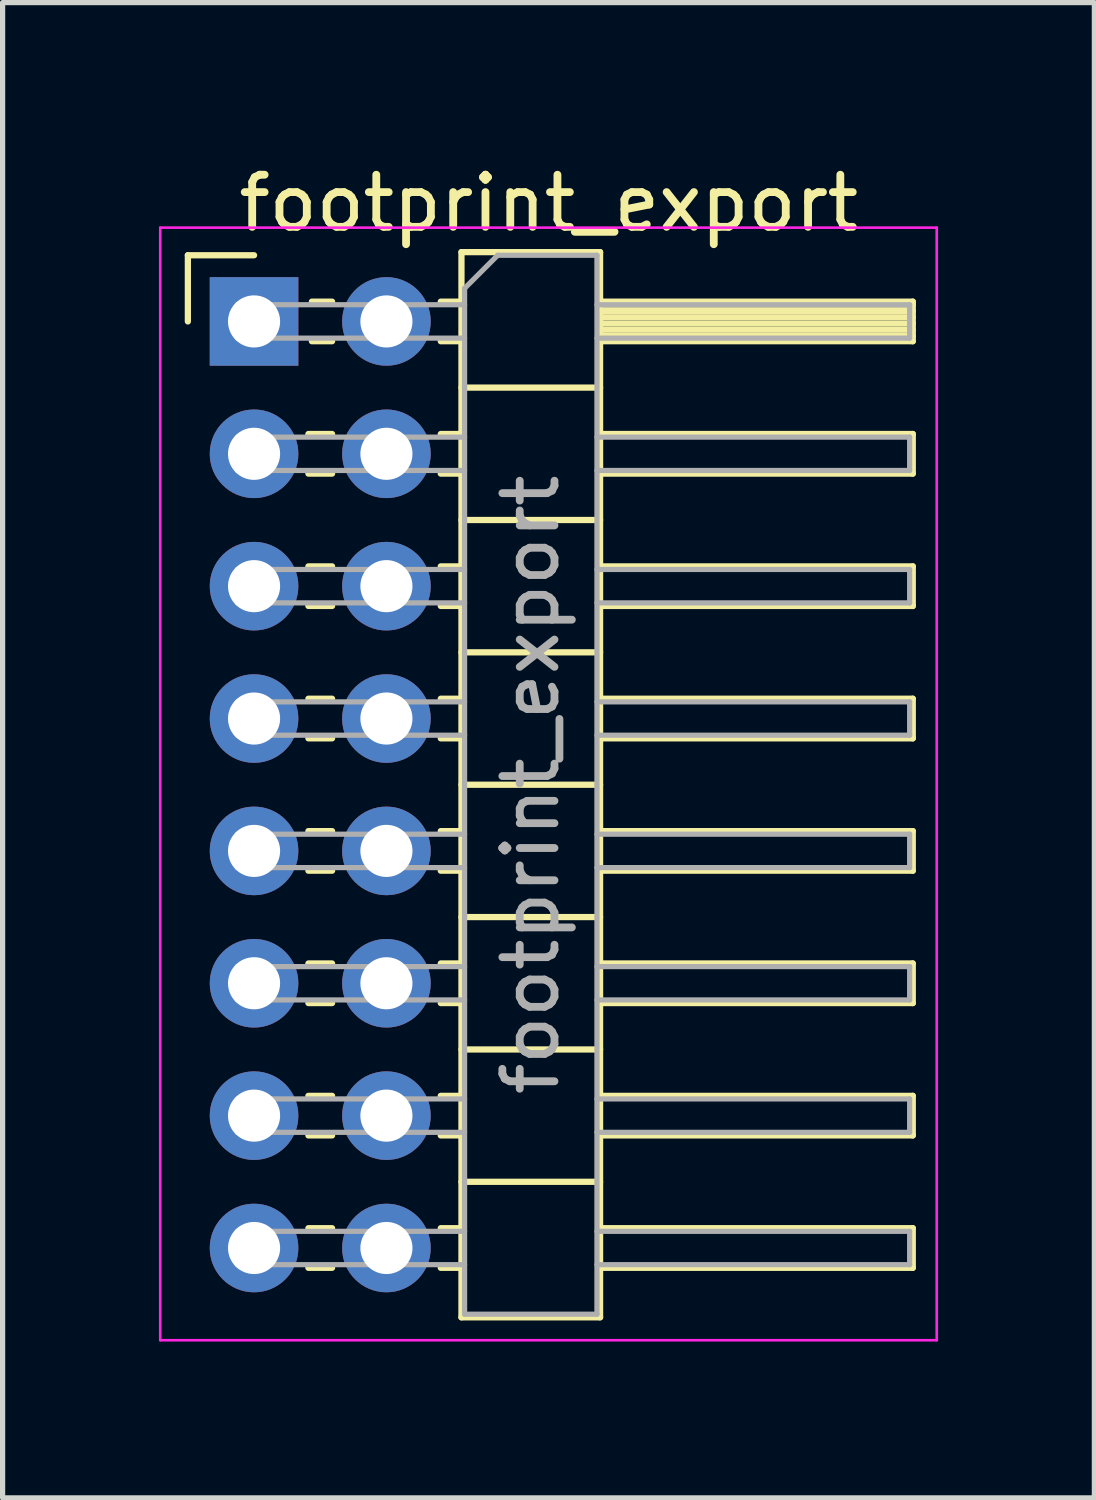
<source format=kicad_pcb>
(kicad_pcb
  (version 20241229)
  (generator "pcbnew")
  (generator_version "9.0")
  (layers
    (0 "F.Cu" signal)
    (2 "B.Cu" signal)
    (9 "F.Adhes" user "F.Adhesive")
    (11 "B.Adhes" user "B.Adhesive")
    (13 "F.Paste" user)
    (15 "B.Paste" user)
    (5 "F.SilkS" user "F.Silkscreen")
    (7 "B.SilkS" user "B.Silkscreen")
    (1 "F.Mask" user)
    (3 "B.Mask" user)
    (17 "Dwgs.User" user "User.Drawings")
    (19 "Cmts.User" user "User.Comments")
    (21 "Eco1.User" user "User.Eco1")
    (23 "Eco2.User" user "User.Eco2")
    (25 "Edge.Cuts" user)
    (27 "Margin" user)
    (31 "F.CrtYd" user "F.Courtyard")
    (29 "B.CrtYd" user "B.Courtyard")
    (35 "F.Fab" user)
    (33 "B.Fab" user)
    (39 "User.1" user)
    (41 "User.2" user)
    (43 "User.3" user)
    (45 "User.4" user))
  (footprint "footprint_export"
    (layer "F.Cu")
    (at 1.825 3.118)
    (property "Reference" "footprint_export" (at 5.655 -2.27 0) (layer "F.SilkS") (effects (font (size 1 1) (thickness 0.15))))
    (attr through_hole)
    (fp_line (start -1.27 -1.27) (end 0 -1.27) (stroke (width 0.12) (type solid)) (layer "F.SilkS"))
    (fp_line (start -1.27 0) (end -1.27 -1.27) (stroke (width 0.12) (type solid)) (layer "F.SilkS"))
    (fp_line (start 1.043 2.16) (end 1.497 2.16) (stroke (width 0.12) (type solid)) (layer "F.SilkS"))
    (fp_line (start 1.043 2.92) (end 1.497 2.92) (stroke (width 0.12) (type solid)) (layer "F.SilkS"))
    (fp_line (start 1.043 4.7) (end 1.497 4.7) (stroke (width 0.12) (type solid)) (layer "F.SilkS"))
    (fp_line (start 1.043 5.46) (end 1.497 5.46) (stroke (width 0.12) (type solid)) (layer "F.SilkS"))
    (fp_line (start 1.043 7.24) (end 1.497 7.24) (stroke (width 0.12) (type solid)) (layer "F.SilkS"))
    (fp_line (start 1.043 8) (end 1.497 8) (stroke (width 0.12) (type solid)) (layer "F.SilkS"))
    (fp_line (start 1.043 9.78) (end 1.497 9.78) (stroke (width 0.12) (type solid)) (layer "F.SilkS"))
    (fp_line (start 1.043 10.54) (end 1.497 10.54) (stroke (width 0.12) (type solid)) (layer "F.SilkS"))
    (fp_line (start 1.043 12.32) (end 1.497 12.32) (stroke (width 0.12) (type solid)) (layer "F.SilkS"))
    (fp_line (start 1.043 13.08) (end 1.497 13.08) (stroke (width 0.12) (type solid)) (layer "F.SilkS"))
    (fp_line (start 1.043 14.86) (end 1.497 14.86) (stroke (width 0.12) (type solid)) (layer "F.SilkS"))
    (fp_line (start 1.043 15.62) (end 1.497 15.62) (stroke (width 0.12) (type solid)) (layer "F.SilkS"))
    (fp_line (start 1.043 17.4) (end 1.497 17.4) (stroke (width 0.12) (type solid)) (layer "F.SilkS"))
    (fp_line (start 1.043 18.16) (end 1.497 18.16) (stroke (width 0.12) (type solid)) (layer "F.SilkS"))
    (fp_line (start 1.11 -0.38) (end 1.497 -0.38) (stroke (width 0.12) (type solid)) (layer "F.SilkS"))
    (fp_line (start 1.11 0.38) (end 1.497 0.38) (stroke (width 0.12) (type solid)) (layer "F.SilkS"))
    (fp_line (start 3.583 -0.38) (end 3.98 -0.38) (stroke (width 0.12) (type solid)) (layer "F.SilkS"))
    (fp_line (start 3.583 0.38) (end 3.98 0.38) (stroke (width 0.12) (type solid)) (layer "F.SilkS"))
    (fp_line (start 3.583 2.16) (end 3.98 2.16) (stroke (width 0.12) (type solid)) (layer "F.SilkS"))
    (fp_line (start 3.583 2.92) (end 3.98 2.92) (stroke (width 0.12) (type solid)) (layer "F.SilkS"))
    (fp_line (start 3.583 4.7) (end 3.98 4.7) (stroke (width 0.12) (type solid)) (layer "F.SilkS"))
    (fp_line (start 3.583 5.46) (end 3.98 5.46) (stroke (width 0.12) (type solid)) (layer "F.SilkS"))
    (fp_line (start 3.583 7.24) (end 3.98 7.24) (stroke (width 0.12) (type solid)) (layer "F.SilkS"))
    (fp_line (start 3.583 8) (end 3.98 8) (stroke (width 0.12) (type solid)) (layer "F.SilkS"))
    (fp_line (start 3.583 9.78) (end 3.98 9.78) (stroke (width 0.12) (type solid)) (layer "F.SilkS"))
    (fp_line (start 3.583 10.54) (end 3.98 10.54) (stroke (width 0.12) (type solid)) (layer "F.SilkS"))
    (fp_line (start 3.583 12.32) (end 3.98 12.32) (stroke (width 0.12) (type solid)) (layer "F.SilkS"))
    (fp_line (start 3.583 13.08) (end 3.98 13.08) (stroke (width 0.12) (type solid)) (layer "F.SilkS"))
    (fp_line (start 3.583 14.86) (end 3.98 14.86) (stroke (width 0.12) (type solid)) (layer "F.SilkS"))
    (fp_line (start 3.583 15.62) (end 3.98 15.62) (stroke (width 0.12) (type solid)) (layer "F.SilkS"))
    (fp_line (start 3.583 17.4) (end 3.98 17.4) (stroke (width 0.12) (type solid)) (layer "F.SilkS"))
    (fp_line (start 3.583 18.16) (end 3.98 18.16) (stroke (width 0.12) (type solid)) (layer "F.SilkS"))
    (fp_line (start 3.98 -1.33) (end 3.98 19.11) (stroke (width 0.12) (type solid)) (layer "F.SilkS"))
    (fp_line (start 3.98 1.27) (end 6.64 1.27) (stroke (width 0.12) (type solid)) (layer "F.SilkS"))
    (fp_line (start 3.98 3.81) (end 6.64 3.81) (stroke (width 0.12) (type solid)) (layer "F.SilkS"))
    (fp_line (start 3.98 6.35) (end 6.64 6.35) (stroke (width 0.12) (type solid)) (layer "F.SilkS"))
    (fp_line (start 3.98 8.89) (end 6.64 8.89) (stroke (width 0.12) (type solid)) (layer "F.SilkS"))
    (fp_line (start 3.98 11.43) (end 6.64 11.43) (stroke (width 0.12) (type solid)) (layer "F.SilkS"))
    (fp_line (start 3.98 13.97) (end 6.64 13.97) (stroke (width 0.12) (type solid)) (layer "F.SilkS"))
    (fp_line (start 3.98 16.51) (end 6.64 16.51) (stroke (width 0.12) (type solid)) (layer "F.SilkS"))
    (fp_line (start 3.98 19.11) (end 6.64 19.11) (stroke (width 0.12) (type solid)) (layer "F.SilkS"))
    (fp_line (start 6.64 -1.33) (end 3.98 -1.33) (stroke (width 0.12) (type solid)) (layer "F.SilkS"))
    (fp_line (start 6.64 -0.38) (end 12.64 -0.38) (stroke (width 0.12) (type solid)) (layer "F.SilkS"))
    (fp_line (start 6.64 -0.32) (end 12.64 -0.32) (stroke (width 0.12) (type solid)) (layer "F.SilkS"))
    (fp_line (start 6.64 -0.2) (end 12.64 -0.2) (stroke (width 0.12) (type solid)) (layer "F.SilkS"))
    (fp_line (start 6.64 -0.08) (end 12.64 -0.08) (stroke (width 0.12) (type solid)) (layer "F.SilkS"))
    (fp_line (start 6.64 0.04) (end 12.64 0.04) (stroke (width 0.12) (type solid)) (layer "F.SilkS"))
    (fp_line (start 6.64 0.16) (end 12.64 0.16) (stroke (width 0.12) (type solid)) (layer "F.SilkS"))
    (fp_line (start 6.64 0.28) (end 12.64 0.28) (stroke (width 0.12) (type solid)) (layer "F.SilkS"))
    (fp_line (start 6.64 2.16) (end 12.64 2.16) (stroke (width 0.12) (type solid)) (layer "F.SilkS"))
    (fp_line (start 6.64 4.7) (end 12.64 4.7) (stroke (width 0.12) (type solid)) (layer "F.SilkS"))
    (fp_line (start 6.64 7.24) (end 12.64 7.24) (stroke (width 0.12) (type solid)) (layer "F.SilkS"))
    (fp_line (start 6.64 9.78) (end 12.64 9.78) (stroke (width 0.12) (type solid)) (layer "F.SilkS"))
    (fp_line (start 6.64 12.32) (end 12.64 12.32) (stroke (width 0.12) (type solid)) (layer "F.SilkS"))
    (fp_line (start 6.64 14.86) (end 12.64 14.86) (stroke (width 0.12) (type solid)) (layer "F.SilkS"))
    (fp_line (start 6.64 17.4) (end 12.64 17.4) (stroke (width 0.12) (type solid)) (layer "F.SilkS"))
    (fp_line (start 6.64 19.11) (end 6.64 -1.33) (stroke (width 0.12) (type solid)) (layer "F.SilkS"))
    (fp_line (start 12.64 -0.38) (end 12.64 0.38) (stroke (width 0.12) (type solid)) (layer "F.SilkS"))
    (fp_line (start 12.64 0.38) (end 6.64 0.38) (stroke (width 0.12) (type solid)) (layer "F.SilkS"))
    (fp_line (start 12.64 2.16) (end 12.64 2.92) (stroke (width 0.12) (type solid)) (layer "F.SilkS"))
    (fp_line (start 12.64 2.92) (end 6.64 2.92) (stroke (width 0.12) (type solid)) (layer "F.SilkS"))
    (fp_line (start 12.64 4.7) (end 12.64 5.46) (stroke (width 0.12) (type solid)) (layer "F.SilkS"))
    (fp_line (start 12.64 5.46) (end 6.64 5.46) (stroke (width 0.12) (type solid)) (layer "F.SilkS"))
    (fp_line (start 12.64 7.24) (end 12.64 8) (stroke (width 0.12) (type solid)) (layer "F.SilkS"))
    (fp_line (start 12.64 8) (end 6.64 8) (stroke (width 0.12) (type solid)) (layer "F.SilkS"))
    (fp_line (start 12.64 9.78) (end 12.64 10.54) (stroke (width 0.12) (type solid)) (layer "F.SilkS"))
    (fp_line (start 12.64 10.54) (end 6.64 10.54) (stroke (width 0.12) (type solid)) (layer "F.SilkS"))
    (fp_line (start 12.64 12.32) (end 12.64 13.08) (stroke (width 0.12) (type solid)) (layer "F.SilkS"))
    (fp_line (start 12.64 13.08) (end 6.64 13.08) (stroke (width 0.12) (type solid)) (layer "F.SilkS"))
    (fp_line (start 12.64 14.86) (end 12.64 15.62) (stroke (width 0.12) (type solid)) (layer "F.SilkS"))
    (fp_line (start 12.64 15.62) (end 6.64 15.62) (stroke (width 0.12) (type solid)) (layer "F.SilkS"))
    (fp_line (start 12.64 17.4) (end 12.64 18.16) (stroke (width 0.12) (type solid)) (layer "F.SilkS"))
    (fp_line (start 12.64 18.16) (end 6.64 18.16) (stroke (width 0.12) (type solid)) (layer "F.SilkS"))
    (fp_line (start -1.8 -1.8) (end -1.8 19.55) (stroke (width 0.05) (type solid)) (layer "F.CrtYd"))
    (fp_line (start -1.8 19.55) (end 13.1 19.55) (stroke (width 0.05) (type solid)) (layer "F.CrtYd"))
    (fp_line (start 13.1 -1.8) (end -1.8 -1.8) (stroke (width 0.05) (type solid)) (layer "F.CrtYd"))
    (fp_line (start 13.1 19.55) (end 13.1 -1.8) (stroke (width 0.05) (type solid)) (layer "F.CrtYd"))
    (fp_line (start -0.32 -0.32) (end -0.32 0.32) (stroke (width 0.1) (type solid)) (layer "F.Fab"))
    (fp_line (start -0.32 -0.32) (end 4.04 -0.32) (stroke (width 0.1) (type solid)) (layer "F.Fab"))
    (fp_line (start -0.32 0.32) (end 4.04 0.32) (stroke (width 0.1) (type solid)) (layer "F.Fab"))
    (fp_line (start -0.32 2.22) (end -0.32 2.86) (stroke (width 0.1) (type solid)) (layer "F.Fab"))
    (fp_line (start -0.32 2.22) (end 4.04 2.22) (stroke (width 0.1) (type solid)) (layer "F.Fab"))
    (fp_line (start -0.32 2.86) (end 4.04 2.86) (stroke (width 0.1) (type solid)) (layer "F.Fab"))
    (fp_line (start -0.32 4.76) (end -0.32 5.4) (stroke (width 0.1) (type solid)) (layer "F.Fab"))
    (fp_line (start -0.32 4.76) (end 4.04 4.76) (stroke (width 0.1) (type solid)) (layer "F.Fab"))
    (fp_line (start -0.32 5.4) (end 4.04 5.4) (stroke (width 0.1) (type solid)) (layer "F.Fab"))
    (fp_line (start -0.32 7.3) (end -0.32 7.94) (stroke (width 0.1) (type solid)) (layer "F.Fab"))
    (fp_line (start -0.32 7.3) (end 4.04 7.3) (stroke (width 0.1) (type solid)) (layer "F.Fab"))
    (fp_line (start -0.32 7.94) (end 4.04 7.94) (stroke (width 0.1) (type solid)) (layer "F.Fab"))
    (fp_line (start -0.32 9.84) (end -0.32 10.48) (stroke (width 0.1) (type solid)) (layer "F.Fab"))
    (fp_line (start -0.32 9.84) (end 4.04 9.84) (stroke (width 0.1) (type solid)) (layer "F.Fab"))
    (fp_line (start -0.32 10.48) (end 4.04 10.48) (stroke (width 0.1) (type solid)) (layer "F.Fab"))
    (fp_line (start -0.32 12.38) (end -0.32 13.02) (stroke (width 0.1) (type solid)) (layer "F.Fab"))
    (fp_line (start -0.32 12.38) (end 4.04 12.38) (stroke (width 0.1) (type solid)) (layer "F.Fab"))
    (fp_line (start -0.32 13.02) (end 4.04 13.02) (stroke (width 0.1) (type solid)) (layer "F.Fab"))
    (fp_line (start -0.32 14.92) (end -0.32 15.56) (stroke (width 0.1) (type solid)) (layer "F.Fab"))
    (fp_line (start -0.32 14.92) (end 4.04 14.92) (stroke (width 0.1) (type solid)) (layer "F.Fab"))
    (fp_line (start -0.32 15.56) (end 4.04 15.56) (stroke (width 0.1) (type solid)) (layer "F.Fab"))
    (fp_line (start -0.32 17.46) (end -0.32 18.1) (stroke (width 0.1) (type solid)) (layer "F.Fab"))
    (fp_line (start -0.32 17.46) (end 4.04 17.46) (stroke (width 0.1) (type solid)) (layer "F.Fab"))
    (fp_line (start -0.32 18.1) (end 4.04 18.1) (stroke (width 0.1) (type solid)) (layer "F.Fab"))
    (fp_line (start 4.04 -0.635) (end 4.675 -1.27) (stroke (width 0.1) (type solid)) (layer "F.Fab"))
    (fp_line (start 4.04 19.05) (end 4.04 -0.635) (stroke (width 0.1) (type solid)) (layer "F.Fab"))
    (fp_line (start 4.675 -1.27) (end 6.58 -1.27) (stroke (width 0.1) (type solid)) (layer "F.Fab"))
    (fp_line (start 6.58 -1.27) (end 6.58 19.05) (stroke (width 0.1) (type solid)) (layer "F.Fab"))
    (fp_line (start 6.58 -0.32) (end 12.58 -0.32) (stroke (width 0.1) (type solid)) (layer "F.Fab"))
    (fp_line (start 6.58 0.32) (end 12.58 0.32) (stroke (width 0.1) (type solid)) (layer "F.Fab"))
    (fp_line (start 6.58 2.22) (end 12.58 2.22) (stroke (width 0.1) (type solid)) (layer "F.Fab"))
    (fp_line (start 6.58 2.86) (end 12.58 2.86) (stroke (width 0.1) (type solid)) (layer "F.Fab"))
    (fp_line (start 6.58 4.76) (end 12.58 4.76) (stroke (width 0.1) (type solid)) (layer "F.Fab"))
    (fp_line (start 6.58 5.4) (end 12.58 5.4) (stroke (width 0.1) (type solid)) (layer "F.Fab"))
    (fp_line (start 6.58 7.3) (end 12.58 7.3) (stroke (width 0.1) (type solid)) (layer "F.Fab"))
    (fp_line (start 6.58 7.94) (end 12.58 7.94) (stroke (width 0.1) (type solid)) (layer "F.Fab"))
    (fp_line (start 6.58 9.84) (end 12.58 9.84) (stroke (width 0.1) (type solid)) (layer "F.Fab"))
    (fp_line (start 6.58 10.48) (end 12.58 10.48) (stroke (width 0.1) (type solid)) (layer "F.Fab"))
    (fp_line (start 6.58 12.38) (end 12.58 12.38) (stroke (width 0.1) (type solid)) (layer "F.Fab"))
    (fp_line (start 6.58 13.02) (end 12.58 13.02) (stroke (width 0.1) (type solid)) (layer "F.Fab"))
    (fp_line (start 6.58 14.92) (end 12.58 14.92) (stroke (width 0.1) (type solid)) (layer "F.Fab"))
    (fp_line (start 6.58 15.56) (end 12.58 15.56) (stroke (width 0.1) (type solid)) (layer "F.Fab"))
    (fp_line (start 6.58 17.46) (end 12.58 17.46) (stroke (width 0.1) (type solid)) (layer "F.Fab"))
    (fp_line (start 6.58 18.1) (end 12.58 18.1) (stroke (width 0.1) (type solid)) (layer "F.Fab"))
    (fp_line (start 6.58 19.05) (end 4.04 19.05) (stroke (width 0.1) (type solid)) (layer "F.Fab"))
    (fp_line (start 12.58 -0.32) (end 12.58 0.32) (stroke (width 0.1) (type solid)) (layer "F.Fab"))
    (fp_line (start 12.58 2.22) (end 12.58 2.86) (stroke (width 0.1) (type solid)) (layer "F.Fab"))
    (fp_line (start 12.58 4.76) (end 12.58 5.4) (stroke (width 0.1) (type solid)) (layer "F.Fab"))
    (fp_line (start 12.58 7.3) (end 12.58 7.94) (stroke (width 0.1) (type solid)) (layer "F.Fab"))
    (fp_line (start 12.58 9.84) (end 12.58 10.48) (stroke (width 0.1) (type solid)) (layer "F.Fab"))
    (fp_line (start 12.58 12.38) (end 12.58 13.02) (stroke (width 0.1) (type solid)) (layer "F.Fab"))
    (fp_line (start 12.58 14.92) (end 12.58 15.56) (stroke (width 0.1) (type solid)) (layer "F.Fab"))
    (fp_line (start 12.58 17.46) (end 12.58 18.1) (stroke (width 0.1) (type solid)) (layer "F.Fab"))
    (fp_text user "${REFERENCE}" (at 5.31 8.89 90) (layer "F.Fab") (effects (font (size 1 1) (thickness 0.15))))
    (pad "1" thru_hole rect (at 0 0) (size 1.7 1.7) (drill 1) (layers "*.Cu" "*.Mask"))
    (pad "2" thru_hole oval (at 2.54 0) (size 1.7 1.7) (drill 1) (layers "*.Cu" "*.Mask"))
    (pad "3" thru_hole oval (at 0 2.54) (size 1.7 1.7) (drill 1) (layers "*.Cu" "*.Mask"))
    (pad "4" thru_hole oval (at 2.54 2.54) (size 1.7 1.7) (drill 1) (layers "*.Cu" "*.Mask"))
    (pad "5" thru_hole oval (at 0 5.08) (size 1.7 1.7) (drill 1) (layers "*.Cu" "*.Mask"))
    (pad "6" thru_hole oval (at 2.54 5.08) (size 1.7 1.7) (drill 1) (layers "*.Cu" "*.Mask"))
    (pad "7" thru_hole oval (at 0 7.62) (size 1.7 1.7) (drill 1) (layers "*.Cu" "*.Mask"))
    (pad "8" thru_hole oval (at 2.54 7.62) (size 1.7 1.7) (drill 1) (layers "*.Cu" "*.Mask"))
    (pad "9" thru_hole oval (at 0 10.16) (size 1.7 1.7) (drill 1) (layers "*.Cu" "*.Mask"))
    (pad "10" thru_hole oval (at 2.54 10.16) (size 1.7 1.7) (drill 1) (layers "*.Cu" "*.Mask"))
    (pad "11" thru_hole oval (at 0 12.7) (size 1.7 1.7) (drill 1) (layers "*.Cu" "*.Mask"))
    (pad "12" thru_hole oval (at 2.54 12.7) (size 1.7 1.7) (drill 1) (layers "*.Cu" "*.Mask"))
    (pad "13" thru_hole oval (at 0 15.24) (size 1.7 1.7) (drill 1) (layers "*.Cu" "*.Mask"))
    (pad "14" thru_hole oval (at 2.54 15.24) (size 1.7 1.7) (drill 1) (layers "*.Cu" "*.Mask"))
    (pad "15" thru_hole oval (at 0 17.78) (size 1.7 1.7) (drill 1) (layers "*.Cu" "*.Mask"))
    (pad "16" thru_hole oval (at 2.54 17.78) (size 1.7 1.7) (drill 1) (layers "*.Cu" "*.Mask")))
  (gr_rect
    (start -3 -3)
    (end 17.95 25.693)
    (stroke (width 0.1) (type default))
    (fill no)
    (layer "Edge.Cuts")))
</source>
